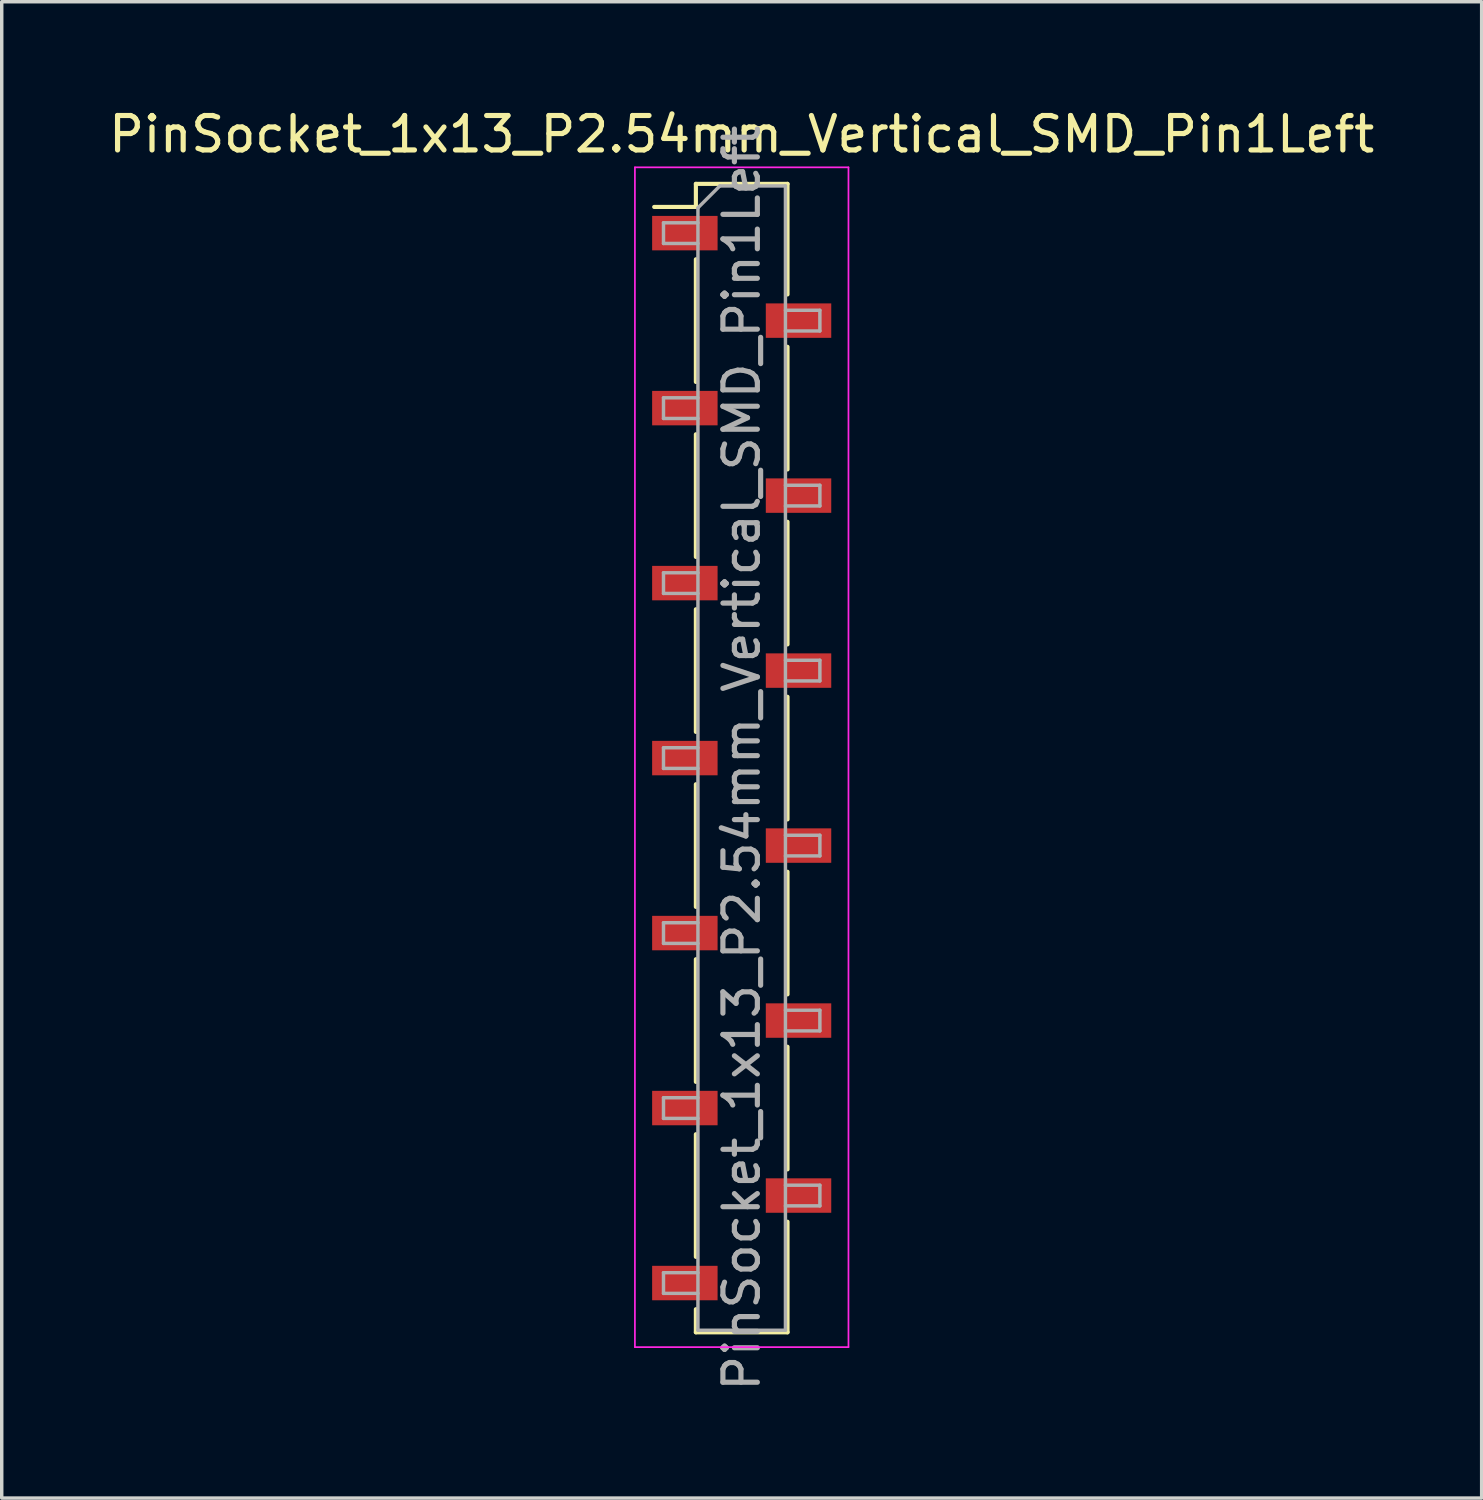
<source format=kicad_pcb>
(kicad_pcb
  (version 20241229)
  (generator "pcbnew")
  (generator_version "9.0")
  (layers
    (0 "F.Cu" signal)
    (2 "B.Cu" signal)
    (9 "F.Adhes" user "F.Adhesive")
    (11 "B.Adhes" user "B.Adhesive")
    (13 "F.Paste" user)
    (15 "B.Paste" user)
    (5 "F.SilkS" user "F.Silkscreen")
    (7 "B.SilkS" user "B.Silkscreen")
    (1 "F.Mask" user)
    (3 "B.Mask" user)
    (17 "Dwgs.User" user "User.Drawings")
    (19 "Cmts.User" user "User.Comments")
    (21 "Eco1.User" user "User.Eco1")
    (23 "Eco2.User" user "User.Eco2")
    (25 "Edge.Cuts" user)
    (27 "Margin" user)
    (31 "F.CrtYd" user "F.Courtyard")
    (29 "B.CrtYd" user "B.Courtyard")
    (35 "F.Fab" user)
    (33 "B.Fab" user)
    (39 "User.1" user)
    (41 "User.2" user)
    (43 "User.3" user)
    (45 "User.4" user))
  (footprint "PinSocket_1x13_P2.54mm_Vertical_SMD_Pin1Left"
    (layer "F.Cu")
    (at 18.482 18.958)
    (property "Reference" "PinSocket_1x13_P2.54mm_Vertical_SMD_Pin1Left" (at 0 -18.11 0) (layer "F.SilkS") (effects (font (size 1 1) (thickness 0.15))))
    (attr smd)
    (fp_line (start -2.54 -16) (end -1.33 -16) (stroke (width 0.12) (type solid)) (layer "F.SilkS"))
    (fp_line (start -1.33 -16.67) (end -1.33 -16) (stroke (width 0.12) (type solid)) (layer "F.SilkS"))
    (fp_line (start -1.33 -16.67) (end 1.33 -16.67) (stroke (width 0.12) (type solid)) (layer "F.SilkS"))
    (fp_line (start -1.33 -14.48) (end -1.33 -10.92) (stroke (width 0.12) (type solid)) (layer "F.SilkS"))
    (fp_line (start -1.33 -9.4) (end -1.33 -5.84) (stroke (width 0.12) (type solid)) (layer "F.SilkS"))
    (fp_line (start -1.33 -4.32) (end -1.33 -0.76) (stroke (width 0.12) (type solid)) (layer "F.SilkS"))
    (fp_line (start -1.33 0.76) (end -1.33 4.32) (stroke (width 0.12) (type solid)) (layer "F.SilkS"))
    (fp_line (start -1.33 5.84) (end -1.33 9.4) (stroke (width 0.12) (type solid)) (layer "F.SilkS"))
    (fp_line (start -1.33 10.92) (end -1.33 14.48) (stroke (width 0.12) (type solid)) (layer "F.SilkS"))
    (fp_line (start -1.33 16) (end -1.33 16.67) (stroke (width 0.12) (type solid)) (layer "F.SilkS"))
    (fp_line (start -1.33 16.67) (end 1.33 16.67) (stroke (width 0.12) (type solid)) (layer "F.SilkS"))
    (fp_line (start 1.33 -16.67) (end 1.33 -13.46) (stroke (width 0.12) (type solid)) (layer "F.SilkS"))
    (fp_line (start 1.33 -11.94) (end 1.33 -8.38) (stroke (width 0.12) (type solid)) (layer "F.SilkS"))
    (fp_line (start 1.33 -6.86) (end 1.33 -3.3) (stroke (width 0.12) (type solid)) (layer "F.SilkS"))
    (fp_line (start 1.33 -1.78) (end 1.33 1.78) (stroke (width 0.12) (type solid)) (layer "F.SilkS"))
    (fp_line (start 1.33 3.3) (end 1.33 6.86) (stroke (width 0.12) (type solid)) (layer "F.SilkS"))
    (fp_line (start 1.33 8.38) (end 1.33 11.94) (stroke (width 0.12) (type solid)) (layer "F.SilkS"))
    (fp_line (start 1.33 13.46) (end 1.33 16.67) (stroke (width 0.12) (type solid)) (layer "F.SilkS"))
    (fp_line (start -3.1 -17.15) (end 3.1 -17.15) (stroke (width 0.05) (type solid)) (layer "F.CrtYd"))
    (fp_line (start -3.1 17.1) (end -3.1 -17.15) (stroke (width 0.05) (type solid)) (layer "F.CrtYd"))
    (fp_line (start 3.1 -17.15) (end 3.1 17.1) (stroke (width 0.05) (type solid)) (layer "F.CrtYd"))
    (fp_line (start 3.1 17.1) (end -3.1 17.1) (stroke (width 0.05) (type solid)) (layer "F.CrtYd"))
    (fp_line (start -2.27 -15.54) (end -1.27 -15.54) (stroke (width 0.1) (type solid)) (layer "F.Fab"))
    (fp_line (start -2.27 -14.94) (end -2.27 -15.54) (stroke (width 0.1) (type solid)) (layer "F.Fab"))
    (fp_line (start -2.27 -10.46) (end -1.27 -10.46) (stroke (width 0.1) (type solid)) (layer "F.Fab"))
    (fp_line (start -2.27 -9.86) (end -2.27 -10.46) (stroke (width 0.1) (type solid)) (layer "F.Fab"))
    (fp_line (start -2.27 -5.38) (end -1.27 -5.38) (stroke (width 0.1) (type solid)) (layer "F.Fab"))
    (fp_line (start -2.27 -4.78) (end -2.27 -5.38) (stroke (width 0.1) (type solid)) (layer "F.Fab"))
    (fp_line (start -2.27 -0.3) (end -1.27 -0.3) (stroke (width 0.1) (type solid)) (layer "F.Fab"))
    (fp_line (start -2.27 0.3) (end -2.27 -0.3) (stroke (width 0.1) (type solid)) (layer "F.Fab"))
    (fp_line (start -2.27 4.78) (end -1.27 4.78) (stroke (width 0.1) (type solid)) (layer "F.Fab"))
    (fp_line (start -2.27 5.38) (end -2.27 4.78) (stroke (width 0.1) (type solid)) (layer "F.Fab"))
    (fp_line (start -2.27 9.86) (end -1.27 9.86) (stroke (width 0.1) (type solid)) (layer "F.Fab"))
    (fp_line (start -2.27 10.46) (end -2.27 9.86) (stroke (width 0.1) (type solid)) (layer "F.Fab"))
    (fp_line (start -2.27 14.94) (end -1.27 14.94) (stroke (width 0.1) (type solid)) (layer "F.Fab"))
    (fp_line (start -2.27 15.54) (end -2.27 14.94) (stroke (width 0.1) (type solid)) (layer "F.Fab"))
    (fp_line (start -1.27 -15.975) (end -0.635 -16.61) (stroke (width 0.1) (type solid)) (layer "F.Fab"))
    (fp_line (start -1.27 -14.94) (end -2.27 -14.94) (stroke (width 0.1) (type solid)) (layer "F.Fab"))
    (fp_line (start -1.27 -9.86) (end -2.27 -9.86) (stroke (width 0.1) (type solid)) (layer "F.Fab"))
    (fp_line (start -1.27 -4.78) (end -2.27 -4.78) (stroke (width 0.1) (type solid)) (layer "F.Fab"))
    (fp_line (start -1.27 0.3) (end -2.27 0.3) (stroke (width 0.1) (type solid)) (layer "F.Fab"))
    (fp_line (start -1.27 5.38) (end -2.27 5.38) (stroke (width 0.1) (type solid)) (layer "F.Fab"))
    (fp_line (start -1.27 10.46) (end -2.27 10.46) (stroke (width 0.1) (type solid)) (layer "F.Fab"))
    (fp_line (start -1.27 15.54) (end -2.27 15.54) (stroke (width 0.1) (type solid)) (layer "F.Fab"))
    (fp_line (start -1.27 16.61) (end -1.27 -15.975) (stroke (width 0.1) (type solid)) (layer "F.Fab"))
    (fp_line (start -0.635 -16.61) (end 1.27 -16.61) (stroke (width 0.1) (type solid)) (layer "F.Fab"))
    (fp_line (start 1.27 -16.61) (end 1.27 16.61) (stroke (width 0.1) (type solid)) (layer "F.Fab"))
    (fp_line (start 1.27 -13) (end 2.27 -13) (stroke (width 0.1) (type solid)) (layer "F.Fab"))
    (fp_line (start 1.27 -7.92) (end 2.27 -7.92) (stroke (width 0.1) (type solid)) (layer "F.Fab"))
    (fp_line (start 1.27 -2.84) (end 2.27 -2.84) (stroke (width 0.1) (type solid)) (layer "F.Fab"))
    (fp_line (start 1.27 2.24) (end 2.27 2.24) (stroke (width 0.1) (type solid)) (layer "F.Fab"))
    (fp_line (start 1.27 7.32) (end 2.27 7.32) (stroke (width 0.1) (type solid)) (layer "F.Fab"))
    (fp_line (start 1.27 12.4) (end 2.27 12.4) (stroke (width 0.1) (type solid)) (layer "F.Fab"))
    (fp_line (start 1.27 16.61) (end -1.27 16.61) (stroke (width 0.1) (type solid)) (layer "F.Fab"))
    (fp_line (start 2.27 -13) (end 2.27 -12.4) (stroke (width 0.1) (type solid)) (layer "F.Fab"))
    (fp_line (start 2.27 -12.4) (end 1.27 -12.4) (stroke (width 0.1) (type solid)) (layer "F.Fab"))
    (fp_line (start 2.27 -7.92) (end 2.27 -7.32) (stroke (width 0.1) (type solid)) (layer "F.Fab"))
    (fp_line (start 2.27 -7.32) (end 1.27 -7.32) (stroke (width 0.1) (type solid)) (layer "F.Fab"))
    (fp_line (start 2.27 -2.84) (end 2.27 -2.24) (stroke (width 0.1) (type solid)) (layer "F.Fab"))
    (fp_line (start 2.27 -2.24) (end 1.27 -2.24) (stroke (width 0.1) (type solid)) (layer "F.Fab"))
    (fp_line (start 2.27 2.24) (end 2.27 2.84) (stroke (width 0.1) (type solid)) (layer "F.Fab"))
    (fp_line (start 2.27 2.84) (end 1.27 2.84) (stroke (width 0.1) (type solid)) (layer "F.Fab"))
    (fp_line (start 2.27 7.32) (end 2.27 7.92) (stroke (width 0.1) (type solid)) (layer "F.Fab"))
    (fp_line (start 2.27 7.92) (end 1.27 7.92) (stroke (width 0.1) (type solid)) (layer "F.Fab"))
    (fp_line (start 2.27 12.4) (end 2.27 13) (stroke (width 0.1) (type solid)) (layer "F.Fab"))
    (fp_line (start 2.27 13) (end 1.27 13) (stroke (width 0.1) (type solid)) (layer "F.Fab"))
    (fp_text user "${REFERENCE}" (at 0 0 90) (layer "F.Fab") (effects (font (size 1 1) (thickness 0.15))))
    (pad "1" smd rect (at -1.65 -15.24) (size 1.9 1) (layers "F.Cu" "F.Mask" "F.Paste"))
    (pad "2" smd rect (at 1.65 -12.7) (size 1.9 1) (layers "F.Cu" "F.Mask" "F.Paste"))
    (pad "3" smd rect (at -1.65 -10.16) (size 1.9 1) (layers "F.Cu" "F.Mask" "F.Paste"))
    (pad "4" smd rect (at 1.65 -7.62) (size 1.9 1) (layers "F.Cu" "F.Mask" "F.Paste"))
    (pad "5" smd rect (at -1.65 -5.08) (size 1.9 1) (layers "F.Cu" "F.Mask" "F.Paste"))
    (pad "6" smd rect (at 1.65 -2.54) (size 1.9 1) (layers "F.Cu" "F.Mask" "F.Paste"))
    (pad "7" smd rect (at -1.65 0) (size 1.9 1) (layers "F.Cu" "F.Mask" "F.Paste"))
    (pad "8" smd rect (at 1.65 2.54) (size 1.9 1) (layers "F.Cu" "F.Mask" "F.Paste"))
    (pad "9" smd rect (at -1.65 5.08) (size 1.9 1) (layers "F.Cu" "F.Mask" "F.Paste"))
    (pad "10" smd rect (at 1.65 7.62) (size 1.9 1) (layers "F.Cu" "F.Mask" "F.Paste"))
    (pad "11" smd rect (at -1.65 10.16) (size 1.9 1) (layers "F.Cu" "F.Mask" "F.Paste"))
    (pad "12" smd rect (at 1.65 12.7) (size 1.9 1) (layers "F.Cu" "F.Mask" "F.Paste"))
    (pad "13" smd rect (at -1.65 15.24) (size 1.9 1) (layers "F.Cu" "F.Mask" "F.Paste")))
  (gr_rect
    (start -3 -3)
    (end 39.964 40.44)
    (stroke (width 0.1) (type default))
    (fill no)
    (layer "Edge.Cuts")))
</source>
